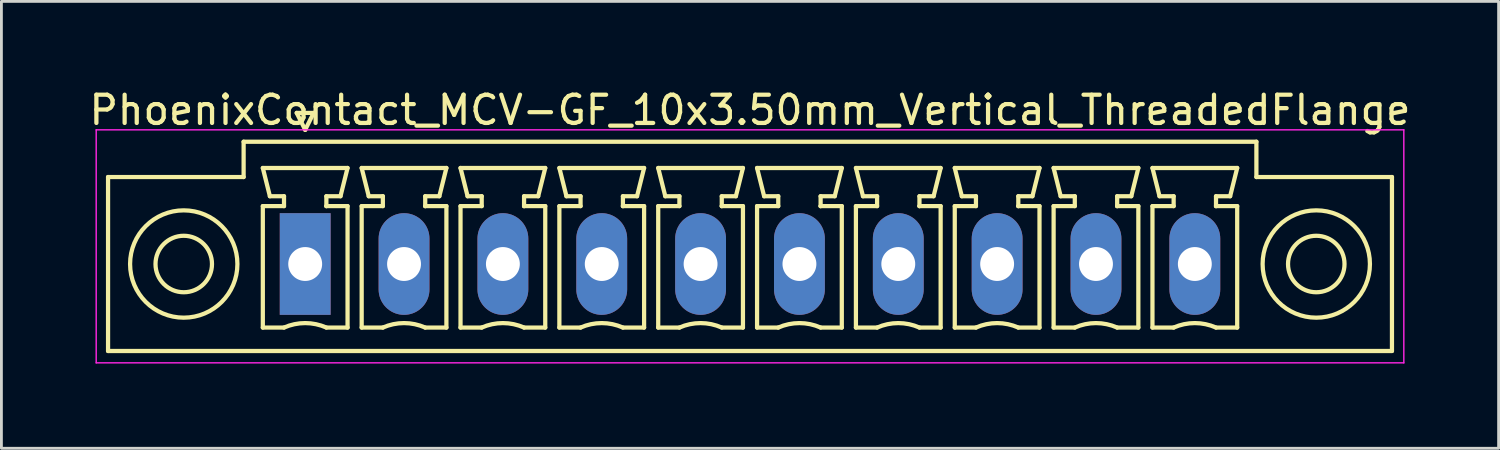
<source format=kicad_pcb>
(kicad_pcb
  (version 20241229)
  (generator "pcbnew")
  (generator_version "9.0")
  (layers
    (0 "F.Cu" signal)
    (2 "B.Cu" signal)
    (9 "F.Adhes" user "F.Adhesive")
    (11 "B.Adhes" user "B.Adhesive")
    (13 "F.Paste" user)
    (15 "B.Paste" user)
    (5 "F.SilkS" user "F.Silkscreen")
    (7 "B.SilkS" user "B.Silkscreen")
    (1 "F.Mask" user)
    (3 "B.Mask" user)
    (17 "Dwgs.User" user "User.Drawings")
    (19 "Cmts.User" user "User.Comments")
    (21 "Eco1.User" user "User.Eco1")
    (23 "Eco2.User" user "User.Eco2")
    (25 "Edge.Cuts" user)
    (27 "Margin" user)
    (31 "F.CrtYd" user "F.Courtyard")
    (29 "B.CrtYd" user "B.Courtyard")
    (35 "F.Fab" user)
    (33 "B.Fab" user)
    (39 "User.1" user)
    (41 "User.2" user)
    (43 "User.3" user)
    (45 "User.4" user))
  (footprint "PhoenixContact_MCV-GF_10x3.50mm_Vertical_ThreadedFlange"
    (layer "F.Cu")
    (at 7.756 6.298)
    (property "Reference" "PhoenixContact_MCV-GF_10x3.50mm_Vertical_ThreadedFlange" (at 15.75 -5.45 0) (layer "F.SilkS") (effects (font (size 1 1) (thickness 0.15))))
    (attr through_hole)
    (fp_line (start -6.98 -3.08) (end -6.98 3.08) (stroke (width 0.15) (type solid)) (layer "F.SilkS"))
    (fp_line (start -6.98 3.08) (end 38.48 3.08) (stroke (width 0.15) (type solid)) (layer "F.SilkS"))
    (fp_line (start -2.18 -4.33) (end -2.18 -3.08) (stroke (width 0.15) (type solid)) (layer "F.SilkS"))
    (fp_line (start -2.18 -3.08) (end -6.98 -3.08) (stroke (width 0.15) (type solid)) (layer "F.SilkS"))
    (fp_line (start -1.5 -3.4) (end 1.5 -3.4) (stroke (width 0.15) (type solid)) (layer "F.SilkS"))
    (fp_line (start -1.5 -2.05) (end -0.75 -2.05) (stroke (width 0.15) (type solid)) (layer "F.SilkS"))
    (fp_line (start -1.5 2.25) (end -1.5 -2.05) (stroke (width 0.15) (type solid)) (layer "F.SilkS"))
    (fp_line (start -1.25 -2.4) (end -1.5 -3.4) (stroke (width 0.15) (type solid)) (layer "F.SilkS"))
    (fp_line (start -0.75 -2.4) (end -1.25 -2.4) (stroke (width 0.15) (type solid)) (layer "F.SilkS"))
    (fp_line (start -0.75 -2.05) (end -0.75 -2.4) (stroke (width 0.15) (type solid)) (layer "F.SilkS"))
    (fp_line (start -0.75 2.25) (end -1.5 2.25) (stroke (width 0.15) (type solid)) (layer "F.SilkS"))
    (fp_line (start -0.3 -5.35) (end 0 -4.75) (stroke (width 0.15) (type solid)) (layer "F.SilkS"))
    (fp_line (start 0 -4.75) (end 0.3 -5.35) (stroke (width 0.15) (type solid)) (layer "F.SilkS"))
    (fp_line (start 0.3 -5.35) (end -0.3 -5.35) (stroke (width 0.15) (type solid)) (layer "F.SilkS"))
    (fp_line (start 0.75 -2.4) (end 0.75 -2.05) (stroke (width 0.15) (type solid)) (layer "F.SilkS"))
    (fp_line (start 0.75 -2.05) (end 0.75 -2.05) (stroke (width 0.15) (type solid)) (layer "F.SilkS"))
    (fp_line (start 0.75 -2.05) (end 1.5 -2.05) (stroke (width 0.15) (type solid)) (layer "F.SilkS"))
    (fp_line (start 1.25 -2.4) (end 0.75 -2.4) (stroke (width 0.15) (type solid)) (layer "F.SilkS"))
    (fp_line (start 1.5 -3.4) (end 1.25 -2.4) (stroke (width 0.15) (type solid)) (layer "F.SilkS"))
    (fp_line (start 1.5 -2.05) (end 1.5 2.25) (stroke (width 0.15) (type solid)) (layer "F.SilkS"))
    (fp_line (start 1.5 2.25) (end 0.75 2.25) (stroke (width 0.15) (type solid)) (layer "F.SilkS"))
    (fp_line (start 2 -3.4) (end 5 -3.4) (stroke (width 0.15) (type solid)) (layer "F.SilkS"))
    (fp_line (start 2 -2.05) (end 2.75 -2.05) (stroke (width 0.15) (type solid)) (layer "F.SilkS"))
    (fp_line (start 2 2.25) (end 2 -2.05) (stroke (width 0.15) (type solid)) (layer "F.SilkS"))
    (fp_line (start 2.25 -2.4) (end 2 -3.4) (stroke (width 0.15) (type solid)) (layer "F.SilkS"))
    (fp_line (start 2.75 -2.4) (end 2.25 -2.4) (stroke (width 0.15) (type solid)) (layer "F.SilkS"))
    (fp_line (start 2.75 -2.05) (end 2.75 -2.4) (stroke (width 0.15) (type solid)) (layer "F.SilkS"))
    (fp_line (start 2.75 2.25) (end 2 2.25) (stroke (width 0.15) (type solid)) (layer "F.SilkS"))
    (fp_line (start 4.25 -2.4) (end 4.25 -2.05) (stroke (width 0.15) (type solid)) (layer "F.SilkS"))
    (fp_line (start 4.25 -2.05) (end 4.25 -2.05) (stroke (width 0.15) (type solid)) (layer "F.SilkS"))
    (fp_line (start 4.25 -2.05) (end 5 -2.05) (stroke (width 0.15) (type solid)) (layer "F.SilkS"))
    (fp_line (start 4.75 -2.4) (end 4.25 -2.4) (stroke (width 0.15) (type solid)) (layer "F.SilkS"))
    (fp_line (start 5 -3.4) (end 4.75 -2.4) (stroke (width 0.15) (type solid)) (layer "F.SilkS"))
    (fp_line (start 5 -2.05) (end 5 2.25) (stroke (width 0.15) (type solid)) (layer "F.SilkS"))
    (fp_line (start 5 2.25) (end 4.25 2.25) (stroke (width 0.15) (type solid)) (layer "F.SilkS"))
    (fp_line (start 5.5 -3.4) (end 8.5 -3.4) (stroke (width 0.15) (type solid)) (layer "F.SilkS"))
    (fp_line (start 5.5 -2.05) (end 6.25 -2.05) (stroke (width 0.15) (type solid)) (layer "F.SilkS"))
    (fp_line (start 5.5 2.25) (end 5.5 -2.05) (stroke (width 0.15) (type solid)) (layer "F.SilkS"))
    (fp_line (start 5.75 -2.4) (end 5.5 -3.4) (stroke (width 0.15) (type solid)) (layer "F.SilkS"))
    (fp_line (start 6.25 -2.4) (end 5.75 -2.4) (stroke (width 0.15) (type solid)) (layer "F.SilkS"))
    (fp_line (start 6.25 -2.05) (end 6.25 -2.4) (stroke (width 0.15) (type solid)) (layer "F.SilkS"))
    (fp_line (start 6.25 2.25) (end 5.5 2.25) (stroke (width 0.15) (type solid)) (layer "F.SilkS"))
    (fp_line (start 7.75 -2.4) (end 7.75 -2.05) (stroke (width 0.15) (type solid)) (layer "F.SilkS"))
    (fp_line (start 7.75 -2.05) (end 7.75 -2.05) (stroke (width 0.15) (type solid)) (layer "F.SilkS"))
    (fp_line (start 7.75 -2.05) (end 8.5 -2.05) (stroke (width 0.15) (type solid)) (layer "F.SilkS"))
    (fp_line (start 8.25 -2.4) (end 7.75 -2.4) (stroke (width 0.15) (type solid)) (layer "F.SilkS"))
    (fp_line (start 8.5 -3.4) (end 8.25 -2.4) (stroke (width 0.15) (type solid)) (layer "F.SilkS"))
    (fp_line (start 8.5 -2.05) (end 8.5 2.25) (stroke (width 0.15) (type solid)) (layer "F.SilkS"))
    (fp_line (start 8.5 2.25) (end 7.75 2.25) (stroke (width 0.15) (type solid)) (layer "F.SilkS"))
    (fp_line (start 9 -3.4) (end 12 -3.4) (stroke (width 0.15) (type solid)) (layer "F.SilkS"))
    (fp_line (start 9 -2.05) (end 9.75 -2.05) (stroke (width 0.15) (type solid)) (layer "F.SilkS"))
    (fp_line (start 9 2.25) (end 9 -2.05) (stroke (width 0.15) (type solid)) (layer "F.SilkS"))
    (fp_line (start 9.25 -2.4) (end 9 -3.4) (stroke (width 0.15) (type solid)) (layer "F.SilkS"))
    (fp_line (start 9.75 -2.4) (end 9.25 -2.4) (stroke (width 0.15) (type solid)) (layer "F.SilkS"))
    (fp_line (start 9.75 -2.05) (end 9.75 -2.4) (stroke (width 0.15) (type solid)) (layer "F.SilkS"))
    (fp_line (start 9.75 2.25) (end 9 2.25) (stroke (width 0.15) (type solid)) (layer "F.SilkS"))
    (fp_line (start 11.25 -2.4) (end 11.25 -2.05) (stroke (width 0.15) (type solid)) (layer "F.SilkS"))
    (fp_line (start 11.25 -2.05) (end 11.25 -2.05) (stroke (width 0.15) (type solid)) (layer "F.SilkS"))
    (fp_line (start 11.25 -2.05) (end 12 -2.05) (stroke (width 0.15) (type solid)) (layer "F.SilkS"))
    (fp_line (start 11.75 -2.4) (end 11.25 -2.4) (stroke (width 0.15) (type solid)) (layer "F.SilkS"))
    (fp_line (start 12 -3.4) (end 11.75 -2.4) (stroke (width 0.15) (type solid)) (layer "F.SilkS"))
    (fp_line (start 12 -2.05) (end 12 2.25) (stroke (width 0.15) (type solid)) (layer "F.SilkS"))
    (fp_line (start 12 2.25) (end 11.25 2.25) (stroke (width 0.15) (type solid)) (layer "F.SilkS"))
    (fp_line (start 12.5 -3.4) (end 15.5 -3.4) (stroke (width 0.15) (type solid)) (layer "F.SilkS"))
    (fp_line (start 12.5 -2.05) (end 13.25 -2.05) (stroke (width 0.15) (type solid)) (layer "F.SilkS"))
    (fp_line (start 12.5 2.25) (end 12.5 -2.05) (stroke (width 0.15) (type solid)) (layer "F.SilkS"))
    (fp_line (start 12.75 -2.4) (end 12.5 -3.4) (stroke (width 0.15) (type solid)) (layer "F.SilkS"))
    (fp_line (start 13.25 -2.4) (end 12.75 -2.4) (stroke (width 0.15) (type solid)) (layer "F.SilkS"))
    (fp_line (start 13.25 -2.05) (end 13.25 -2.4) (stroke (width 0.15) (type solid)) (layer "F.SilkS"))
    (fp_line (start 13.25 2.25) (end 12.5 2.25) (stroke (width 0.15) (type solid)) (layer "F.SilkS"))
    (fp_line (start 14.75 -2.4) (end 14.75 -2.05) (stroke (width 0.15) (type solid)) (layer "F.SilkS"))
    (fp_line (start 14.75 -2.05) (end 14.75 -2.05) (stroke (width 0.15) (type solid)) (layer "F.SilkS"))
    (fp_line (start 14.75 -2.05) (end 15.5 -2.05) (stroke (width 0.15) (type solid)) (layer "F.SilkS"))
    (fp_line (start 15.25 -2.4) (end 14.75 -2.4) (stroke (width 0.15) (type solid)) (layer "F.SilkS"))
    (fp_line (start 15.5 -3.4) (end 15.25 -2.4) (stroke (width 0.15) (type solid)) (layer "F.SilkS"))
    (fp_line (start 15.5 -2.05) (end 15.5 2.25) (stroke (width 0.15) (type solid)) (layer "F.SilkS"))
    (fp_line (start 15.5 2.25) (end 14.75 2.25) (stroke (width 0.15) (type solid)) (layer "F.SilkS"))
    (fp_line (start 16 -3.4) (end 19 -3.4) (stroke (width 0.15) (type solid)) (layer "F.SilkS"))
    (fp_line (start 16 -2.05) (end 16.75 -2.05) (stroke (width 0.15) (type solid)) (layer "F.SilkS"))
    (fp_line (start 16 2.25) (end 16 -2.05) (stroke (width 0.15) (type solid)) (layer "F.SilkS"))
    (fp_line (start 16.25 -2.4) (end 16 -3.4) (stroke (width 0.15) (type solid)) (layer "F.SilkS"))
    (fp_line (start 16.75 -2.4) (end 16.25 -2.4) (stroke (width 0.15) (type solid)) (layer "F.SilkS"))
    (fp_line (start 16.75 -2.05) (end 16.75 -2.4) (stroke (width 0.15) (type solid)) (layer "F.SilkS"))
    (fp_line (start 16.75 2.25) (end 16 2.25) (stroke (width 0.15) (type solid)) (layer "F.SilkS"))
    (fp_line (start 18.25 -2.4) (end 18.25 -2.05) (stroke (width 0.15) (type solid)) (layer "F.SilkS"))
    (fp_line (start 18.25 -2.05) (end 18.25 -2.05) (stroke (width 0.15) (type solid)) (layer "F.SilkS"))
    (fp_line (start 18.25 -2.05) (end 19 -2.05) (stroke (width 0.15) (type solid)) (layer "F.SilkS"))
    (fp_line (start 18.75 -2.4) (end 18.25 -2.4) (stroke (width 0.15) (type solid)) (layer "F.SilkS"))
    (fp_line (start 19 -3.4) (end 18.75 -2.4) (stroke (width 0.15) (type solid)) (layer "F.SilkS"))
    (fp_line (start 19 -2.05) (end 19 2.25) (stroke (width 0.15) (type solid)) (layer "F.SilkS"))
    (fp_line (start 19 2.25) (end 18.25 2.25) (stroke (width 0.15) (type solid)) (layer "F.SilkS"))
    (fp_line (start 19.5 -3.4) (end 22.5 -3.4) (stroke (width 0.15) (type solid)) (layer "F.SilkS"))
    (fp_line (start 19.5 -2.05) (end 20.25 -2.05) (stroke (width 0.15) (type solid)) (layer "F.SilkS"))
    (fp_line (start 19.5 2.25) (end 19.5 -2.05) (stroke (width 0.15) (type solid)) (layer "F.SilkS"))
    (fp_line (start 19.75 -2.4) (end 19.5 -3.4) (stroke (width 0.15) (type solid)) (layer "F.SilkS"))
    (fp_line (start 20.25 -2.4) (end 19.75 -2.4) (stroke (width 0.15) (type solid)) (layer "F.SilkS"))
    (fp_line (start 20.25 -2.05) (end 20.25 -2.4) (stroke (width 0.15) (type solid)) (layer "F.SilkS"))
    (fp_line (start 20.25 2.25) (end 19.5 2.25) (stroke (width 0.15) (type solid)) (layer "F.SilkS"))
    (fp_line (start 21.75 -2.4) (end 21.75 -2.05) (stroke (width 0.15) (type solid)) (layer "F.SilkS"))
    (fp_line (start 21.75 -2.05) (end 21.75 -2.05) (stroke (width 0.15) (type solid)) (layer "F.SilkS"))
    (fp_line (start 21.75 -2.05) (end 22.5 -2.05) (stroke (width 0.15) (type solid)) (layer "F.SilkS"))
    (fp_line (start 22.25 -2.4) (end 21.75 -2.4) (stroke (width 0.15) (type solid)) (layer "F.SilkS"))
    (fp_line (start 22.5 -3.4) (end 22.25 -2.4) (stroke (width 0.15) (type solid)) (layer "F.SilkS"))
    (fp_line (start 22.5 -2.05) (end 22.5 2.25) (stroke (width 0.15) (type solid)) (layer "F.SilkS"))
    (fp_line (start 22.5 2.25) (end 21.75 2.25) (stroke (width 0.15) (type solid)) (layer "F.SilkS"))
    (fp_line (start 23 -3.4) (end 26 -3.4) (stroke (width 0.15) (type solid)) (layer "F.SilkS"))
    (fp_line (start 23 -2.05) (end 23.75 -2.05) (stroke (width 0.15) (type solid)) (layer "F.SilkS"))
    (fp_line (start 23 2.25) (end 23 -2.05) (stroke (width 0.15) (type solid)) (layer "F.SilkS"))
    (fp_line (start 23.25 -2.4) (end 23 -3.4) (stroke (width 0.15) (type solid)) (layer "F.SilkS"))
    (fp_line (start 23.75 -2.4) (end 23.25 -2.4) (stroke (width 0.15) (type solid)) (layer "F.SilkS"))
    (fp_line (start 23.75 -2.05) (end 23.75 -2.4) (stroke (width 0.15) (type solid)) (layer "F.SilkS"))
    (fp_line (start 23.75 2.25) (end 23 2.25) (stroke (width 0.15) (type solid)) (layer "F.SilkS"))
    (fp_line (start 25.25 -2.4) (end 25.25 -2.05) (stroke (width 0.15) (type solid)) (layer "F.SilkS"))
    (fp_line (start 25.25 -2.05) (end 25.25 -2.05) (stroke (width 0.15) (type solid)) (layer "F.SilkS"))
    (fp_line (start 25.25 -2.05) (end 26 -2.05) (stroke (width 0.15) (type solid)) (layer "F.SilkS"))
    (fp_line (start 25.75 -2.4) (end 25.25 -2.4) (stroke (width 0.15) (type solid)) (layer "F.SilkS"))
    (fp_line (start 26 -3.4) (end 25.75 -2.4) (stroke (width 0.15) (type solid)) (layer "F.SilkS"))
    (fp_line (start 26 -2.05) (end 26 2.25) (stroke (width 0.15) (type solid)) (layer "F.SilkS"))
    (fp_line (start 26 2.25) (end 25.25 2.25) (stroke (width 0.15) (type solid)) (layer "F.SilkS"))
    (fp_line (start 26.5 -3.4) (end 29.5 -3.4) (stroke (width 0.15) (type solid)) (layer "F.SilkS"))
    (fp_line (start 26.5 -2.05) (end 27.25 -2.05) (stroke (width 0.15) (type solid)) (layer "F.SilkS"))
    (fp_line (start 26.5 2.25) (end 26.5 -2.05) (stroke (width 0.15) (type solid)) (layer "F.SilkS"))
    (fp_line (start 26.75 -2.4) (end 26.5 -3.4) (stroke (width 0.15) (type solid)) (layer "F.SilkS"))
    (fp_line (start 27.25 -2.4) (end 26.75 -2.4) (stroke (width 0.15) (type solid)) (layer "F.SilkS"))
    (fp_line (start 27.25 -2.05) (end 27.25 -2.4) (stroke (width 0.15) (type solid)) (layer "F.SilkS"))
    (fp_line (start 27.25 2.25) (end 26.5 2.25) (stroke (width 0.15) (type solid)) (layer "F.SilkS"))
    (fp_line (start 28.75 -2.4) (end 28.75 -2.05) (stroke (width 0.15) (type solid)) (layer "F.SilkS"))
    (fp_line (start 28.75 -2.05) (end 28.75 -2.05) (stroke (width 0.15) (type solid)) (layer "F.SilkS"))
    (fp_line (start 28.75 -2.05) (end 29.5 -2.05) (stroke (width 0.15) (type solid)) (layer "F.SilkS"))
    (fp_line (start 29.25 -2.4) (end 28.75 -2.4) (stroke (width 0.15) (type solid)) (layer "F.SilkS"))
    (fp_line (start 29.5 -3.4) (end 29.25 -2.4) (stroke (width 0.15) (type solid)) (layer "F.SilkS"))
    (fp_line (start 29.5 -2.05) (end 29.5 2.25) (stroke (width 0.15) (type solid)) (layer "F.SilkS"))
    (fp_line (start 29.5 2.25) (end 28.75 2.25) (stroke (width 0.15) (type solid)) (layer "F.SilkS"))
    (fp_line (start 30 -3.4) (end 33 -3.4) (stroke (width 0.15) (type solid)) (layer "F.SilkS"))
    (fp_line (start 30 -2.05) (end 30.75 -2.05) (stroke (width 0.15) (type solid)) (layer "F.SilkS"))
    (fp_line (start 30 2.25) (end 30 -2.05) (stroke (width 0.15) (type solid)) (layer "F.SilkS"))
    (fp_line (start 30.25 -2.4) (end 30 -3.4) (stroke (width 0.15) (type solid)) (layer "F.SilkS"))
    (fp_line (start 30.75 -2.4) (end 30.25 -2.4) (stroke (width 0.15) (type solid)) (layer "F.SilkS"))
    (fp_line (start 30.75 -2.05) (end 30.75 -2.4) (stroke (width 0.15) (type solid)) (layer "F.SilkS"))
    (fp_line (start 30.75 2.25) (end 30 2.25) (stroke (width 0.15) (type solid)) (layer "F.SilkS"))
    (fp_line (start 32.25 -2.4) (end 32.25 -2.05) (stroke (width 0.15) (type solid)) (layer "F.SilkS"))
    (fp_line (start 32.25 -2.05) (end 32.25 -2.05) (stroke (width 0.15) (type solid)) (layer "F.SilkS"))
    (fp_line (start 32.25 -2.05) (end 33 -2.05) (stroke (width 0.15) (type solid)) (layer "F.SilkS"))
    (fp_line (start 32.75 -2.4) (end 32.25 -2.4) (stroke (width 0.15) (type solid)) (layer "F.SilkS"))
    (fp_line (start 33 -3.4) (end 32.75 -2.4) (stroke (width 0.15) (type solid)) (layer "F.SilkS"))
    (fp_line (start 33 -2.05) (end 33 2.25) (stroke (width 0.15) (type solid)) (layer "F.SilkS"))
    (fp_line (start 33 2.25) (end 32.25 2.25) (stroke (width 0.15) (type solid)) (layer "F.SilkS"))
    (fp_line (start 33.68 -4.33) (end -2.18 -4.33) (stroke (width 0.15) (type solid)) (layer "F.SilkS"))
    (fp_line (start 33.68 -3.08) (end 33.68 -4.33) (stroke (width 0.15) (type solid)) (layer "F.SilkS"))
    (fp_line (start 38.48 -3.08) (end 33.68 -3.08) (stroke (width 0.15) (type solid)) (layer "F.SilkS"))
    (fp_line (start 38.48 3.08) (end 38.48 -3.08) (stroke (width 0.15) (type solid)) (layer "F.SilkS"))
    (fp_arc (start -0.75 2.25) (mid -0.000193 2.09191) (end 0.749647 2.249844) (stroke (width 0.15) (type solid)) (layer "F.SilkS"))
    (fp_arc (start 2.75 2.25) (mid 3.499807 2.09191) (end 4.249647 2.249844) (stroke (width 0.15) (type solid)) (layer "F.SilkS"))
    (fp_arc (start 6.25 2.25) (mid 6.999807 2.09191) (end 7.749647 2.249844) (stroke (width 0.15) (type solid)) (layer "F.SilkS"))
    (fp_arc (start 9.75 2.25) (mid 10.499807 2.09191) (end 11.249647 2.249844) (stroke (width 0.15) (type solid)) (layer "F.SilkS"))
    (fp_arc (start 13.25 2.25) (mid 13.999807 2.09191) (end 14.749647 2.249844) (stroke (width 0.15) (type solid)) (layer "F.SilkS"))
    (fp_arc (start 16.75 2.25) (mid 17.499807 2.09191) (end 18.249647 2.249844) (stroke (width 0.15) (type solid)) (layer "F.SilkS"))
    (fp_arc (start 20.25 2.25) (mid 20.999807 2.09191) (end 21.749647 2.249844) (stroke (width 0.15) (type solid)) (layer "F.SilkS"))
    (fp_arc (start 23.75 2.25) (mid 24.499807 2.09191) (end 25.249647 2.249844) (stroke (width 0.15) (type solid)) (layer "F.SilkS"))
    (fp_arc (start 27.25 2.25) (mid 27.999807 2.09191) (end 28.749647 2.249844) (stroke (width 0.15) (type solid)) (layer "F.SilkS"))
    (fp_arc (start 30.75 2.25) (mid 31.499807 2.09191) (end 32.249647 2.249844) (stroke (width 0.15) (type solid)) (layer "F.SilkS"))
    (fp_circle (center -4.3 0) (end -3.3 0) (stroke (width 0.15) (type solid)) (fill no) (layer "F.SilkS"))
    (fp_circle (center -4.3 0) (end -2.4 0) (stroke (width 0.15) (type solid)) (fill no) (layer "F.SilkS"))
    (fp_circle (center 35.8 0) (end 36.8 0) (stroke (width 0.15) (type solid)) (fill no) (layer "F.SilkS"))
    (fp_circle (center 35.8 0) (end 37.7 0) (stroke (width 0.15) (type solid)) (fill no) (layer "F.SilkS"))
    (fp_line (start -7.4 -4.75) (end -7.4 3.5) (stroke (width 0.05) (type solid)) (layer "F.CrtYd"))
    (fp_line (start -7.4 3.5) (end 38.9 3.5) (stroke (width 0.05) (type solid)) (layer "F.CrtYd"))
    (fp_line (start 38.9 -4.75) (end -7.4 -4.75) (stroke (width 0.05) (type solid)) (layer "F.CrtYd"))
    (fp_line (start 38.9 3.5) (end 38.9 -4.75) (stroke (width 0.05) (type solid)) (layer "F.CrtYd"))
    (pad "1" thru_hole rect (at 0 0) (size 1.8 3.6) (drill 1.2) (layers "*.Cu" "*.Mask"))
    (pad "2" thru_hole oval (at 3.5 0) (size 1.8 3.6) (drill 1.2) (layers "*.Cu" "*.Mask"))
    (pad "3" thru_hole oval (at 7 0) (size 1.8 3.6) (drill 1.2) (layers "*.Cu" "*.Mask"))
    (pad "4" thru_hole oval (at 10.5 0) (size 1.8 3.6) (drill 1.2) (layers "*.Cu" "*.Mask"))
    (pad "5" thru_hole oval (at 14 0) (size 1.8 3.6) (drill 1.2) (layers "*.Cu" "*.Mask"))
    (pad "6" thru_hole oval (at 17.5 0) (size 1.8 3.6) (drill 1.2) (layers "*.Cu" "*.Mask"))
    (pad "7" thru_hole oval (at 21 0) (size 1.8 3.6) (drill 1.2) (layers "*.Cu" "*.Mask"))
    (pad "8" thru_hole oval (at 24.5 0) (size 1.8 3.6) (drill 1.2) (layers "*.Cu" "*.Mask"))
    (pad "9" thru_hole oval (at 28 0) (size 1.8 3.6) (drill 1.2) (layers "*.Cu" "*.Mask"))
    (pad "10" thru_hole oval (at 31.5 0) (size 1.8 3.6) (drill 1.2) (layers "*.Cu" "*.Mask")))
  (gr_rect
    (start -3 -3)
    (end 50.012 12.823)
    (stroke (width 0.1) (type default))
    (fill no)
    (layer "Edge.Cuts")))
</source>
